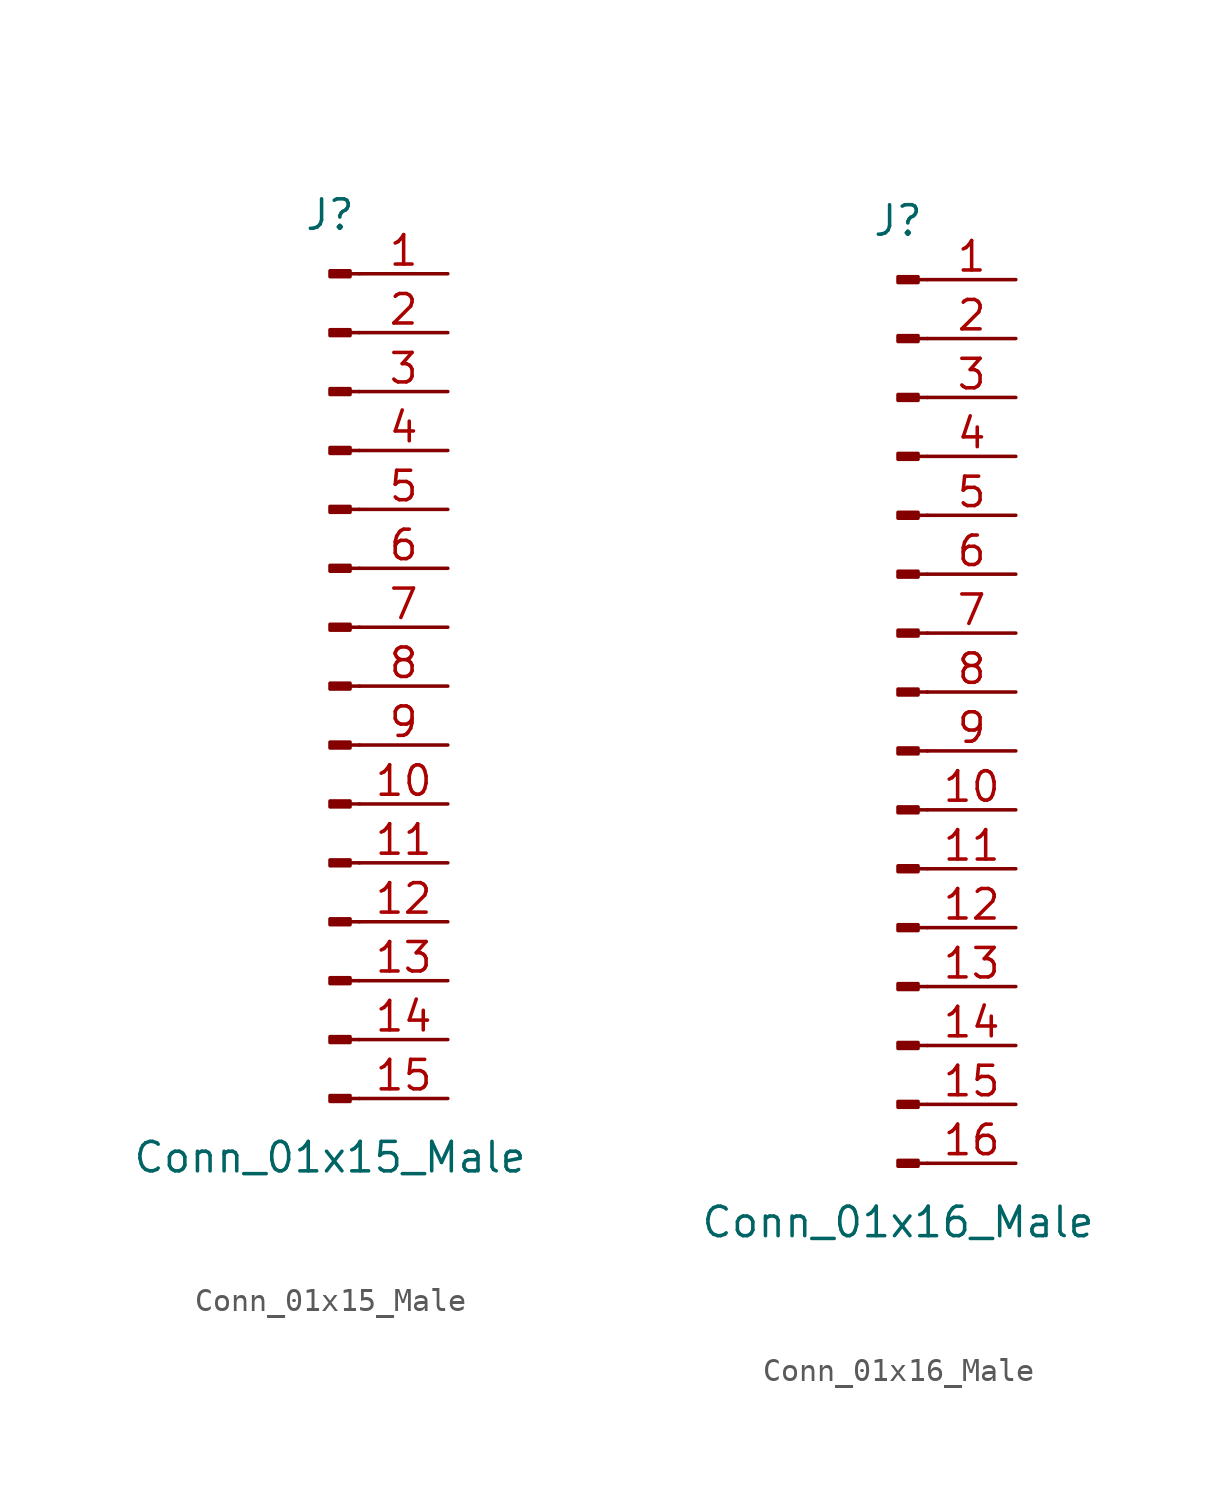
<source format=kicad_sym>
(kicad_symbol_lib
  (version 20211014)
  (generator kicad_symbol_editor)
  (symbol "Conn_01x15_Male"
    (pin_names
      (offset 1.016) hide)
    (property "Reference" "J"
      (at 0 20.32 0)
      (effects (font (size 1.27 1.27))))
    (property "Value" "Conn_01x15_Male"
      (at 0 -20.32 0)
      (effects (font (size 1.27 1.27))))
    (symbol "Conn_01x15_Male_1_1"
      (polyline (pts (xy 1.27 -17.78) (xy 0.864 -17.78)) (stroke (width 0.152) (type default) (color 0 0 0 0)) (fill (type none)))
      (polyline (pts (xy 1.27 -15.24) (xy 0.864 -15.24)) (stroke (width 0.152) (type default) (color 0 0 0 0)) (fill (type none)))
      (polyline (pts (xy 1.27 -12.7) (xy 0.864 -12.7)) (stroke (width 0.152) (type default) (color 0 0 0 0)) (fill (type none)))
      (polyline (pts (xy 1.27 -10.16) (xy 0.864 -10.16)) (stroke (width 0.152) (type default) (color 0 0 0 0)) (fill (type none)))
      (polyline (pts (xy 1.27 -7.62) (xy 0.864 -7.62)) (stroke (width 0.152) (type default) (color 0 0 0 0)) (fill (type none)))
      (polyline (pts (xy 1.27 -5.08) (xy 0.864 -5.08)) (stroke (width 0.152) (type default) (color 0 0 0 0)) (fill (type none)))
      (polyline (pts (xy 1.27 -2.54) (xy 0.864 -2.54)) (stroke (width 0.152) (type default) (color 0 0 0 0)) (fill (type none)))
      (polyline (pts (xy 1.27 0) (xy 0.864 0)) (stroke (width 0.152) (type default) (color 0 0 0 0)) (fill (type none)))
      (polyline (pts (xy 1.27 2.54) (xy 0.864 2.54)) (stroke (width 0.152) (type default) (color 0 0 0 0)) (fill (type none)))
      (polyline (pts (xy 1.27 5.08) (xy 0.864 5.08)) (stroke (width 0.152) (type default) (color 0 0 0 0)) (fill (type none)))
      (polyline (pts (xy 1.27 7.62) (xy 0.864 7.62)) (stroke (width 0.152) (type default) (color 0 0 0 0)) (fill (type none)))
      (polyline (pts (xy 1.27 10.16) (xy 0.864 10.16)) (stroke (width 0.152) (type default) (color 0 0 0 0)) (fill (type none)))
      (polyline (pts (xy 1.27 12.7) (xy 0.864 12.7)) (stroke (width 0.152) (type default) (color 0 0 0 0)) (fill (type none)))
      (polyline (pts (xy 1.27 15.24) (xy 0.864 15.24)) (stroke (width 0.152) (type default) (color 0 0 0 0)) (fill (type none)))
      (polyline (pts (xy 1.27 17.78) (xy 0.864 17.78)) (stroke (width 0.152) (type default) (color 0 0 0 0)) (fill (type none)))
      (rectangle (start 0.864 -17.653) (end 0 -17.907) (stroke (width 0.152) (type default) (color 0 0 0 0)) (fill (type outline)))
      (rectangle (start 0.864 -15.113) (end 0 -15.367) (stroke (width 0.152) (type default) (color 0 0 0 0)) (fill (type outline)))
      (rectangle (start 0.864 -12.573) (end 0 -12.827) (stroke (width 0.152) (type default) (color 0 0 0 0)) (fill (type outline)))
      (rectangle (start 0.864 -10.033) (end 0 -10.287) (stroke (width 0.152) (type default) (color 0 0 0 0)) (fill (type outline)))
      (rectangle (start 0.864 -7.493) (end 0 -7.747) (stroke (width 0.152) (type default) (color 0 0 0 0)) (fill (type outline)))
      (rectangle (start 0.864 -4.953) (end 0 -5.207) (stroke (width 0.152) (type default) (color 0 0 0 0)) (fill (type outline)))
      (rectangle (start 0.864 -2.413) (end 0 -2.667) (stroke (width 0.152) (type default) (color 0 0 0 0)) (fill (type outline)))
      (rectangle (start 0.864 0.127) (end 0 -0.127) (stroke (width 0.152) (type default) (color 0 0 0 0)) (fill (type outline)))
      (rectangle (start 0.864 2.667) (end 0 2.413) (stroke (width 0.152) (type default) (color 0 0 0 0)) (fill (type outline)))
      (rectangle (start 0.864 5.207) (end 0 4.953) (stroke (width 0.152) (type default) (color 0 0 0 0)) (fill (type outline)))
      (rectangle (start 0.864 7.747) (end 0 7.493) (stroke (width 0.152) (type default) (color 0 0 0 0)) (fill (type outline)))
      (rectangle (start 0.864 10.287) (end 0 10.033) (stroke (width 0.152) (type default) (color 0 0 0 0)) (fill (type outline)))
      (rectangle (start 0.864 12.827) (end 0 12.573) (stroke (width 0.152) (type default) (color 0 0 0 0)) (fill (type outline)))
      (rectangle (start 0.864 15.367) (end 0 15.113) (stroke (width 0.152) (type default) (color 0 0 0 0)) (fill (type outline)))
      (rectangle (start 0.864 17.907) (end 0 17.653) (stroke (width 0.152) (type default) (color 0 0 0 0)) (fill (type outline)))
      (pin passive line (at 5.08 17.78 180) (length 3.81) (name "Pin_1" (effects (font (size 1.27 1.27)))) (number "1" (effects (font (size 1.27 1.27)))))
      (pin passive line (at 5.08 -5.08 180) (length 3.81) (name "Pin_10" (effects (font (size 1.27 1.27)))) (number "10" (effects (font (size 1.27 1.27)))))
      (pin passive line (at 5.08 -7.62 180) (length 3.81) (name "Pin_11" (effects (font (size 1.27 1.27)))) (number "11" (effects (font (size 1.27 1.27)))))
      (pin passive line (at 5.08 -10.16 180) (length 3.81) (name "Pin_12" (effects (font (size 1.27 1.27)))) (number "12" (effects (font (size 1.27 1.27)))))
      (pin passive line (at 5.08 -12.7 180) (length 3.81) (name "Pin_13" (effects (font (size 1.27 1.27)))) (number "13" (effects (font (size 1.27 1.27)))))
      (pin passive line (at 5.08 -15.24 180) (length 3.81) (name "Pin_14" (effects (font (size 1.27 1.27)))) (number "14" (effects (font (size 1.27 1.27)))))
      (pin passive line (at 5.08 -17.78 180) (length 3.81) (name "Pin_15" (effects (font (size 1.27 1.27)))) (number "15" (effects (font (size 1.27 1.27)))))
      (pin passive line (at 5.08 15.24 180) (length 3.81) (name "Pin_2" (effects (font (size 1.27 1.27)))) (number "2" (effects (font (size 1.27 1.27)))))
      (pin passive line (at 5.08 12.7 180) (length 3.81) (name "Pin_3" (effects (font (size 1.27 1.27)))) (number "3" (effects (font (size 1.27 1.27)))))
      (pin passive line (at 5.08 10.16 180) (length 3.81) (name "Pin_4" (effects (font (size 1.27 1.27)))) (number "4" (effects (font (size 1.27 1.27)))))
      (pin passive line (at 5.08 7.62 180) (length 3.81) (name "Pin_5" (effects (font (size 1.27 1.27)))) (number "5" (effects (font (size 1.27 1.27)))))
      (pin passive line (at 5.08 5.08 180) (length 3.81) (name "Pin_6" (effects (font (size 1.27 1.27)))) (number "6" (effects (font (size 1.27 1.27)))))
      (pin passive line (at 5.08 2.54 180) (length 3.81) (name "Pin_7" (effects (font (size 1.27 1.27)))) (number "7" (effects (font (size 1.27 1.27)))))
      (pin passive line (at 5.08 0 180) (length 3.81) (name "Pin_8" (effects (font (size 1.27 1.27)))) (number "8" (effects (font (size 1.27 1.27)))))
      (pin passive line (at 5.08 -2.54 180) (length 3.81) (name "Pin_9" (effects (font (size 1.27 1.27)))) (number "9" (effects (font (size 1.27 1.27)))))))
  (symbol "Conn_01x16_Male"
    (pin_names
      (offset 1.016) hide)
    (property "Reference" "J"
      (at 0 20.32 0)
      (effects (font (size 1.27 1.27))))
    (property "Value" "Conn_01x16_Male"
      (at 0 -22.86 0)
      (effects (font (size 1.27 1.27))))
    (symbol "Conn_01x16_Male_1_1"
      (polyline (pts (xy 1.27 -20.32) (xy 0.864 -20.32)) (stroke (width 0.152) (type default) (color 0 0 0 0)) (fill (type none)))
      (polyline (pts (xy 1.27 -17.78) (xy 0.864 -17.78)) (stroke (width 0.152) (type default) (color 0 0 0 0)) (fill (type none)))
      (polyline (pts (xy 1.27 -15.24) (xy 0.864 -15.24)) (stroke (width 0.152) (type default) (color 0 0 0 0)) (fill (type none)))
      (polyline (pts (xy 1.27 -12.7) (xy 0.864 -12.7)) (stroke (width 0.152) (type default) (color 0 0 0 0)) (fill (type none)))
      (polyline (pts (xy 1.27 -10.16) (xy 0.864 -10.16)) (stroke (width 0.152) (type default) (color 0 0 0 0)) (fill (type none)))
      (polyline (pts (xy 1.27 -7.62) (xy 0.864 -7.62)) (stroke (width 0.152) (type default) (color 0 0 0 0)) (fill (type none)))
      (polyline (pts (xy 1.27 -5.08) (xy 0.864 -5.08)) (stroke (width 0.152) (type default) (color 0 0 0 0)) (fill (type none)))
      (polyline (pts (xy 1.27 -2.54) (xy 0.864 -2.54)) (stroke (width 0.152) (type default) (color 0 0 0 0)) (fill (type none)))
      (polyline (pts (xy 1.27 0) (xy 0.864 0)) (stroke (width 0.152) (type default) (color 0 0 0 0)) (fill (type none)))
      (polyline (pts (xy 1.27 2.54) (xy 0.864 2.54)) (stroke (width 0.152) (type default) (color 0 0 0 0)) (fill (type none)))
      (polyline (pts (xy 1.27 5.08) (xy 0.864 5.08)) (stroke (width 0.152) (type default) (color 0 0 0 0)) (fill (type none)))
      (polyline (pts (xy 1.27 7.62) (xy 0.864 7.62)) (stroke (width 0.152) (type default) (color 0 0 0 0)) (fill (type none)))
      (polyline (pts (xy 1.27 10.16) (xy 0.864 10.16)) (stroke (width 0.152) (type default) (color 0 0 0 0)) (fill (type none)))
      (polyline (pts (xy 1.27 12.7) (xy 0.864 12.7)) (stroke (width 0.152) (type default) (color 0 0 0 0)) (fill (type none)))
      (polyline (pts (xy 1.27 15.24) (xy 0.864 15.24)) (stroke (width 0.152) (type default) (color 0 0 0 0)) (fill (type none)))
      (polyline (pts (xy 1.27 17.78) (xy 0.864 17.78)) (stroke (width 0.152) (type default) (color 0 0 0 0)) (fill (type none)))
      (rectangle (start 0.864 -20.193) (end 0 -20.447) (stroke (width 0.152) (type default) (color 0 0 0 0)) (fill (type outline)))
      (rectangle (start 0.864 -17.653) (end 0 -17.907) (stroke (width 0.152) (type default) (color 0 0 0 0)) (fill (type outline)))
      (rectangle (start 0.864 -15.113) (end 0 -15.367) (stroke (width 0.152) (type default) (color 0 0 0 0)) (fill (type outline)))
      (rectangle (start 0.864 -12.573) (end 0 -12.827) (stroke (width 0.152) (type default) (color 0 0 0 0)) (fill (type outline)))
      (rectangle (start 0.864 -10.033) (end 0 -10.287) (stroke (width 0.152) (type default) (color 0 0 0 0)) (fill (type outline)))
      (rectangle (start 0.864 -7.493) (end 0 -7.747) (stroke (width 0.152) (type default) (color 0 0 0 0)) (fill (type outline)))
      (rectangle (start 0.864 -4.953) (end 0 -5.207) (stroke (width 0.152) (type default) (color 0 0 0 0)) (fill (type outline)))
      (rectangle (start 0.864 -2.413) (end 0 -2.667) (stroke (width 0.152) (type default) (color 0 0 0 0)) (fill (type outline)))
      (rectangle (start 0.864 0.127) (end 0 -0.127) (stroke (width 0.152) (type default) (color 0 0 0 0)) (fill (type outline)))
      (rectangle (start 0.864 2.667) (end 0 2.413) (stroke (width 0.152) (type default) (color 0 0 0 0)) (fill (type outline)))
      (rectangle (start 0.864 5.207) (end 0 4.953) (stroke (width 0.152) (type default) (color 0 0 0 0)) (fill (type outline)))
      (rectangle (start 0.864 7.747) (end 0 7.493) (stroke (width 0.152) (type default) (color 0 0 0 0)) (fill (type outline)))
      (rectangle (start 0.864 10.287) (end 0 10.033) (stroke (width 0.152) (type default) (color 0 0 0 0)) (fill (type outline)))
      (rectangle (start 0.864 12.827) (end 0 12.573) (stroke (width 0.152) (type default) (color 0 0 0 0)) (fill (type outline)))
      (rectangle (start 0.864 15.367) (end 0 15.113) (stroke (width 0.152) (type default) (color 0 0 0 0)) (fill (type outline)))
      (rectangle (start 0.864 17.907) (end 0 17.653) (stroke (width 0.152) (type default) (color 0 0 0 0)) (fill (type outline)))
      (pin passive line (at 5.08 17.78 180) (length 3.81) (name "Pin_1" (effects (font (size 1.27 1.27)))) (number "1" (effects (font (size 1.27 1.27)))))
      (pin passive line (at 5.08 -5.08 180) (length 3.81) (name "Pin_10" (effects (font (size 1.27 1.27)))) (number "10" (effects (font (size 1.27 1.27)))))
      (pin passive line (at 5.08 -7.62 180) (length 3.81) (name "Pin_11" (effects (font (size 1.27 1.27)))) (number "11" (effects (font (size 1.27 1.27)))))
      (pin passive line (at 5.08 -10.16 180) (length 3.81) (name "Pin_12" (effects (font (size 1.27 1.27)))) (number "12" (effects (font (size 1.27 1.27)))))
      (pin passive line (at 5.08 -12.7 180) (length 3.81) (name "Pin_13" (effects (font (size 1.27 1.27)))) (number "13" (effects (font (size 1.27 1.27)))))
      (pin passive line (at 5.08 -15.24 180) (length 3.81) (name "Pin_14" (effects (font (size 1.27 1.27)))) (number "14" (effects (font (size 1.27 1.27)))))
      (pin passive line (at 5.08 -17.78 180) (length 3.81) (name "Pin_15" (effects (font (size 1.27 1.27)))) (number "15" (effects (font (size 1.27 1.27)))))
      (pin passive line (at 5.08 -20.32 180) (length 3.81) (name "Pin_16" (effects (font (size 1.27 1.27)))) (number "16" (effects (font (size 1.27 1.27)))))
      (pin passive line (at 5.08 15.24 180) (length 3.81) (name "Pin_2" (effects (font (size 1.27 1.27)))) (number "2" (effects (font (size 1.27 1.27)))))
      (pin passive line (at 5.08 12.7 180) (length 3.81) (name "Pin_3" (effects (font (size 1.27 1.27)))) (number "3" (effects (font (size 1.27 1.27)))))
      (pin passive line (at 5.08 10.16 180) (length 3.81) (name "Pin_4" (effects (font (size 1.27 1.27)))) (number "4" (effects (font (size 1.27 1.27)))))
      (pin passive line (at 5.08 7.62 180) (length 3.81) (name "Pin_5" (effects (font (size 1.27 1.27)))) (number "5" (effects (font (size 1.27 1.27)))))
      (pin passive line (at 5.08 5.08 180) (length 3.81) (name "Pin_6" (effects (font (size 1.27 1.27)))) (number "6" (effects (font (size 1.27 1.27)))))
      (pin passive line (at 5.08 2.54 180) (length 3.81) (name "Pin_7" (effects (font (size 1.27 1.27)))) (number "7" (effects (font (size 1.27 1.27)))))
      (pin passive line (at 5.08 0 180) (length 3.81) (name "Pin_8" (effects (font (size 1.27 1.27)))) (number "8" (effects (font (size 1.27 1.27)))))
      (pin passive line (at 5.08 -2.54 180) (length 3.81) (name "Pin_9" (effects (font (size 1.27 1.27)))) (number "9" (effects (font (size 1.27 1.27))))))))
</source>
